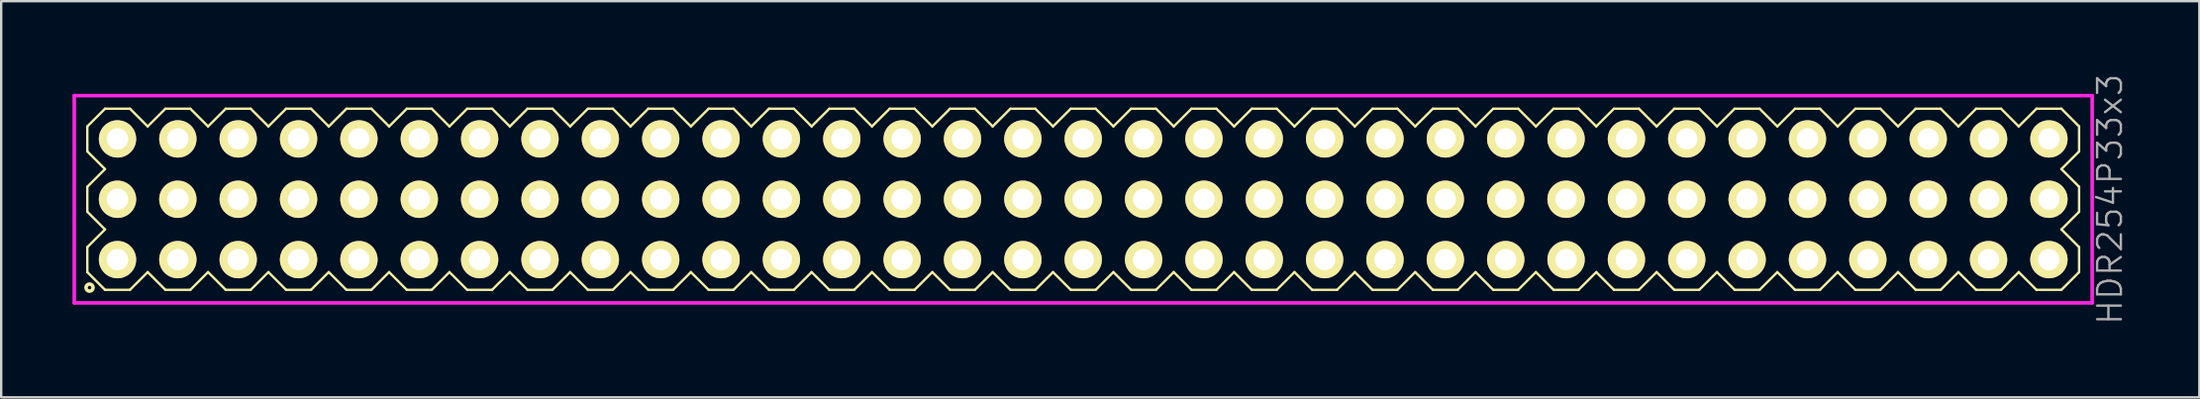
<source format=kicad_pcb>
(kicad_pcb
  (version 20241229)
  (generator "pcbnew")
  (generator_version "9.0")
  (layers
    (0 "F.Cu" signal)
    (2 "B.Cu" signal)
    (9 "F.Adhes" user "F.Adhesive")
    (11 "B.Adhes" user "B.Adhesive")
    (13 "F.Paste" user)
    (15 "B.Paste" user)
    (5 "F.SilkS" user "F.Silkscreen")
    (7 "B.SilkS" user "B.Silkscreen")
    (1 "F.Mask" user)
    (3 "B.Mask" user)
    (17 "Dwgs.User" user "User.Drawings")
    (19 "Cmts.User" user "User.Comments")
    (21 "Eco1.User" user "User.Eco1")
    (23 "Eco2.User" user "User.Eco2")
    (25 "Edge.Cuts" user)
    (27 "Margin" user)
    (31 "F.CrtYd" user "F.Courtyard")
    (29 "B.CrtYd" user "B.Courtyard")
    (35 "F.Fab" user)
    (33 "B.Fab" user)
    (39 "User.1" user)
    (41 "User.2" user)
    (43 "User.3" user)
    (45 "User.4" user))
  (footprint "HDR254P33x3"
    (layer "F.Cu")
    (at 42.535 5.336)
    (property "Reference" "HDR254P33x3" (at 43.21 0 90) (layer "F.Fab") (effects (font (size 1 1) (thickness 0.1))))
    (attr through_hole)
    (fp_line (start -41.91 -3.066) (end -41.166 -3.81) (stroke (width 0.1) (type solid)) (layer "F.SilkS"))
    (fp_line (start -41.91 -2.014) (end -41.91 -3.066) (stroke (width 0.1) (type solid)) (layer "F.SilkS"))
    (fp_line (start -41.91 -0.526) (end -41.166 -1.27) (stroke (width 0.1) (type solid)) (layer "F.SilkS"))
    (fp_line (start -41.91 0.526) (end -41.91 -0.526) (stroke (width 0.1) (type solid)) (layer "F.SilkS"))
    (fp_line (start -41.91 2.014) (end -41.166 1.27) (stroke (width 0.1) (type solid)) (layer "F.SilkS"))
    (fp_line (start -41.91 3.066) (end -41.91 2.014) (stroke (width 0.1) (type solid)) (layer "F.SilkS"))
    (fp_line (start -41.166 -3.81) (end -40.114 -3.81) (stroke (width 0.1) (type solid)) (layer "F.SilkS"))
    (fp_line (start -41.166 -1.27) (end -41.91 -2.014) (stroke (width 0.1) (type solid)) (layer "F.SilkS"))
    (fp_line (start -41.166 1.27) (end -41.91 0.526) (stroke (width 0.1) (type solid)) (layer "F.SilkS"))
    (fp_line (start -41.166 3.81) (end -41.91 3.066) (stroke (width 0.1) (type solid)) (layer "F.SilkS"))
    (fp_line (start -40.114 -3.81) (end -39.37 -3.066) (stroke (width 0.1) (type solid)) (layer "F.SilkS"))
    (fp_line (start -40.114 3.81) (end -41.166 3.81) (stroke (width 0.1) (type solid)) (layer "F.SilkS"))
    (fp_line (start -39.37 -3.066) (end -38.626 -3.81) (stroke (width 0.1) (type solid)) (layer "F.SilkS"))
    (fp_line (start -39.37 3.066) (end -40.114 3.81) (stroke (width 0.1) (type solid)) (layer "F.SilkS"))
    (fp_line (start -38.626 -3.81) (end -37.574 -3.81) (stroke (width 0.1) (type solid)) (layer "F.SilkS"))
    (fp_line (start -38.626 3.81) (end -39.37 3.066) (stroke (width 0.1) (type solid)) (layer "F.SilkS"))
    (fp_line (start -37.574 -3.81) (end -36.83 -3.066) (stroke (width 0.1) (type solid)) (layer "F.SilkS"))
    (fp_line (start -37.574 3.81) (end -38.626 3.81) (stroke (width 0.1) (type solid)) (layer "F.SilkS"))
    (fp_line (start -36.83 -3.066) (end -36.086 -3.81) (stroke (width 0.1) (type solid)) (layer "F.SilkS"))
    (fp_line (start -36.83 3.066) (end -37.574 3.81) (stroke (width 0.1) (type solid)) (layer "F.SilkS"))
    (fp_line (start -36.086 -3.81) (end -35.034 -3.81) (stroke (width 0.1) (type solid)) (layer "F.SilkS"))
    (fp_line (start -36.086 3.81) (end -36.83 3.066) (stroke (width 0.1) (type solid)) (layer "F.SilkS"))
    (fp_line (start -35.034 -3.81) (end -34.29 -3.066) (stroke (width 0.1) (type solid)) (layer "F.SilkS"))
    (fp_line (start -35.034 3.81) (end -36.086 3.81) (stroke (width 0.1) (type solid)) (layer "F.SilkS"))
    (fp_line (start -34.29 -3.066) (end -33.546 -3.81) (stroke (width 0.1) (type solid)) (layer "F.SilkS"))
    (fp_line (start -34.29 3.066) (end -35.034 3.81) (stroke (width 0.1) (type solid)) (layer "F.SilkS"))
    (fp_line (start -33.546 -3.81) (end -32.494 -3.81) (stroke (width 0.1) (type solid)) (layer "F.SilkS"))
    (fp_line (start -33.546 3.81) (end -34.29 3.066) (stroke (width 0.1) (type solid)) (layer "F.SilkS"))
    (fp_line (start -32.494 -3.81) (end -31.75 -3.066) (stroke (width 0.1) (type solid)) (layer "F.SilkS"))
    (fp_line (start -32.494 3.81) (end -33.546 3.81) (stroke (width 0.1) (type solid)) (layer "F.SilkS"))
    (fp_line (start -31.75 -3.066) (end -31.006 -3.81) (stroke (width 0.1) (type solid)) (layer "F.SilkS"))
    (fp_line (start -31.75 3.066) (end -32.494 3.81) (stroke (width 0.1) (type solid)) (layer "F.SilkS"))
    (fp_line (start -31.006 -3.81) (end -29.954 -3.81) (stroke (width 0.1) (type solid)) (layer "F.SilkS"))
    (fp_line (start -31.006 3.81) (end -31.75 3.066) (stroke (width 0.1) (type solid)) (layer "F.SilkS"))
    (fp_line (start -29.954 -3.81) (end -29.21 -3.066) (stroke (width 0.1) (type solid)) (layer "F.SilkS"))
    (fp_line (start -29.954 3.81) (end -31.006 3.81) (stroke (width 0.1) (type solid)) (layer "F.SilkS"))
    (fp_line (start -29.21 -3.066) (end -28.466 -3.81) (stroke (width 0.1) (type solid)) (layer "F.SilkS"))
    (fp_line (start -29.21 3.066) (end -29.954 3.81) (stroke (width 0.1) (type solid)) (layer "F.SilkS"))
    (fp_line (start -28.466 -3.81) (end -27.414 -3.81) (stroke (width 0.1) (type solid)) (layer "F.SilkS"))
    (fp_line (start -28.466 3.81) (end -29.21 3.066) (stroke (width 0.1) (type solid)) (layer "F.SilkS"))
    (fp_line (start -27.414 -3.81) (end -26.67 -3.066) (stroke (width 0.1) (type solid)) (layer "F.SilkS"))
    (fp_line (start -27.414 3.81) (end -28.466 3.81) (stroke (width 0.1) (type solid)) (layer "F.SilkS"))
    (fp_line (start -26.67 -3.066) (end -25.926 -3.81) (stroke (width 0.1) (type solid)) (layer "F.SilkS"))
    (fp_line (start -26.67 3.066) (end -27.414 3.81) (stroke (width 0.1) (type solid)) (layer "F.SilkS"))
    (fp_line (start -25.926 -3.81) (end -24.874 -3.81) (stroke (width 0.1) (type solid)) (layer "F.SilkS"))
    (fp_line (start -25.926 3.81) (end -26.67 3.066) (stroke (width 0.1) (type solid)) (layer "F.SilkS"))
    (fp_line (start -24.874 -3.81) (end -24.13 -3.066) (stroke (width 0.1) (type solid)) (layer "F.SilkS"))
    (fp_line (start -24.874 3.81) (end -25.926 3.81) (stroke (width 0.1) (type solid)) (layer "F.SilkS"))
    (fp_line (start -24.13 -3.066) (end -23.386 -3.81) (stroke (width 0.1) (type solid)) (layer "F.SilkS"))
    (fp_line (start -24.13 3.066) (end -24.874 3.81) (stroke (width 0.1) (type solid)) (layer "F.SilkS"))
    (fp_line (start -23.386 -3.81) (end -22.334 -3.81) (stroke (width 0.1) (type solid)) (layer "F.SilkS"))
    (fp_line (start -23.386 3.81) (end -24.13 3.066) (stroke (width 0.1) (type solid)) (layer "F.SilkS"))
    (fp_line (start -22.334 -3.81) (end -21.59 -3.066) (stroke (width 0.1) (type solid)) (layer "F.SilkS"))
    (fp_line (start -22.334 3.81) (end -23.386 3.81) (stroke (width 0.1) (type solid)) (layer "F.SilkS"))
    (fp_line (start -21.59 -3.066) (end -20.846 -3.81) (stroke (width 0.1) (type solid)) (layer "F.SilkS"))
    (fp_line (start -21.59 3.066) (end -22.334 3.81) (stroke (width 0.1) (type solid)) (layer "F.SilkS"))
    (fp_line (start -20.846 -3.81) (end -19.794 -3.81) (stroke (width 0.1) (type solid)) (layer "F.SilkS"))
    (fp_line (start -20.846 3.81) (end -21.59 3.066) (stroke (width 0.1) (type solid)) (layer "F.SilkS"))
    (fp_line (start -19.794 -3.81) (end -19.05 -3.066) (stroke (width 0.1) (type solid)) (layer "F.SilkS"))
    (fp_line (start -19.794 3.81) (end -20.846 3.81) (stroke (width 0.1) (type solid)) (layer "F.SilkS"))
    (fp_line (start -19.05 -3.066) (end -18.306 -3.81) (stroke (width 0.1) (type solid)) (layer "F.SilkS"))
    (fp_line (start -19.05 3.066) (end -19.794 3.81) (stroke (width 0.1) (type solid)) (layer "F.SilkS"))
    (fp_line (start -18.306 -3.81) (end -17.254 -3.81) (stroke (width 0.1) (type solid)) (layer "F.SilkS"))
    (fp_line (start -18.306 3.81) (end -19.05 3.066) (stroke (width 0.1) (type solid)) (layer "F.SilkS"))
    (fp_line (start -17.254 -3.81) (end -16.51 -3.066) (stroke (width 0.1) (type solid)) (layer "F.SilkS"))
    (fp_line (start -17.254 3.81) (end -18.306 3.81) (stroke (width 0.1) (type solid)) (layer "F.SilkS"))
    (fp_line (start -16.51 -3.066) (end -15.766 -3.81) (stroke (width 0.1) (type solid)) (layer "F.SilkS"))
    (fp_line (start -16.51 3.066) (end -17.254 3.81) (stroke (width 0.1) (type solid)) (layer "F.SilkS"))
    (fp_line (start -15.766 -3.81) (end -14.714 -3.81) (stroke (width 0.1) (type solid)) (layer "F.SilkS"))
    (fp_line (start -15.766 3.81) (end -16.51 3.066) (stroke (width 0.1) (type solid)) (layer "F.SilkS"))
    (fp_line (start -14.714 -3.81) (end -13.97 -3.066) (stroke (width 0.1) (type solid)) (layer "F.SilkS"))
    (fp_line (start -14.714 3.81) (end -15.766 3.81) (stroke (width 0.1) (type solid)) (layer "F.SilkS"))
    (fp_line (start -13.97 -3.066) (end -13.226 -3.81) (stroke (width 0.1) (type solid)) (layer "F.SilkS"))
    (fp_line (start -13.97 3.066) (end -14.714 3.81) (stroke (width 0.1) (type solid)) (layer "F.SilkS"))
    (fp_line (start -13.226 -3.81) (end -12.174 -3.81) (stroke (width 0.1) (type solid)) (layer "F.SilkS"))
    (fp_line (start -13.226 3.81) (end -13.97 3.066) (stroke (width 0.1) (type solid)) (layer "F.SilkS"))
    (fp_line (start -12.174 -3.81) (end -11.43 -3.066) (stroke (width 0.1) (type solid)) (layer "F.SilkS"))
    (fp_line (start -12.174 3.81) (end -13.226 3.81) (stroke (width 0.1) (type solid)) (layer "F.SilkS"))
    (fp_line (start -11.43 -3.066) (end -10.686 -3.81) (stroke (width 0.1) (type solid)) (layer "F.SilkS"))
    (fp_line (start -11.43 3.066) (end -12.174 3.81) (stroke (width 0.1) (type solid)) (layer "F.SilkS"))
    (fp_line (start -10.686 -3.81) (end -9.634 -3.81) (stroke (width 0.1) (type solid)) (layer "F.SilkS"))
    (fp_line (start -10.686 3.81) (end -11.43 3.066) (stroke (width 0.1) (type solid)) (layer "F.SilkS"))
    (fp_line (start -9.634 -3.81) (end -8.89 -3.066) (stroke (width 0.1) (type solid)) (layer "F.SilkS"))
    (fp_line (start -9.634 3.81) (end -10.686 3.81) (stroke (width 0.1) (type solid)) (layer "F.SilkS"))
    (fp_line (start -8.89 -3.066) (end -8.146 -3.81) (stroke (width 0.1) (type solid)) (layer "F.SilkS"))
    (fp_line (start -8.89 3.066) (end -9.634 3.81) (stroke (width 0.1) (type solid)) (layer "F.SilkS"))
    (fp_line (start -8.146 -3.81) (end -7.094 -3.81) (stroke (width 0.1) (type solid)) (layer "F.SilkS"))
    (fp_line (start -8.146 3.81) (end -8.89 3.066) (stroke (width 0.1) (type solid)) (layer "F.SilkS"))
    (fp_line (start -7.094 -3.81) (end -6.35 -3.066) (stroke (width 0.1) (type solid)) (layer "F.SilkS"))
    (fp_line (start -7.094 3.81) (end -8.146 3.81) (stroke (width 0.1) (type solid)) (layer "F.SilkS"))
    (fp_line (start -6.35 -3.066) (end -5.606 -3.81) (stroke (width 0.1) (type solid)) (layer "F.SilkS"))
    (fp_line (start -6.35 3.066) (end -7.094 3.81) (stroke (width 0.1) (type solid)) (layer "F.SilkS"))
    (fp_line (start -5.606 -3.81) (end -4.554 -3.81) (stroke (width 0.1) (type solid)) (layer "F.SilkS"))
    (fp_line (start -5.606 3.81) (end -6.35 3.066) (stroke (width 0.1) (type solid)) (layer "F.SilkS"))
    (fp_line (start -4.554 -3.81) (end -3.81 -3.066) (stroke (width 0.1) (type solid)) (layer "F.SilkS"))
    (fp_line (start -4.554 3.81) (end -5.606 3.81) (stroke (width 0.1) (type solid)) (layer "F.SilkS"))
    (fp_line (start -3.81 -3.066) (end -3.066 -3.81) (stroke (width 0.1) (type solid)) (layer "F.SilkS"))
    (fp_line (start -3.81 3.066) (end -4.554 3.81) (stroke (width 0.1) (type solid)) (layer "F.SilkS"))
    (fp_line (start -3.066 -3.81) (end -2.014 -3.81) (stroke (width 0.1) (type solid)) (layer "F.SilkS"))
    (fp_line (start -3.066 3.81) (end -3.81 3.066) (stroke (width 0.1) (type solid)) (layer "F.SilkS"))
    (fp_line (start -2.014 -3.81) (end -1.27 -3.066) (stroke (width 0.1) (type solid)) (layer "F.SilkS"))
    (fp_line (start -2.014 3.81) (end -3.066 3.81) (stroke (width 0.1) (type solid)) (layer "F.SilkS"))
    (fp_line (start -1.27 -3.066) (end -0.526 -3.81) (stroke (width 0.1) (type solid)) (layer "F.SilkS"))
    (fp_line (start -1.27 3.066) (end -2.014 3.81) (stroke (width 0.1) (type solid)) (layer "F.SilkS"))
    (fp_line (start -0.526 -3.81) (end 0.526 -3.81) (stroke (width 0.1) (type solid)) (layer "F.SilkS"))
    (fp_line (start -0.526 3.81) (end -1.27 3.066) (stroke (width 0.1) (type solid)) (layer "F.SilkS"))
    (fp_line (start 0.526 -3.81) (end 1.27 -3.066) (stroke (width 0.1) (type solid)) (layer "F.SilkS"))
    (fp_line (start 0.526 3.81) (end -0.526 3.81) (stroke (width 0.1) (type solid)) (layer "F.SilkS"))
    (fp_line (start 1.27 -3.066) (end 2.014 -3.81) (stroke (width 0.1) (type solid)) (layer "F.SilkS"))
    (fp_line (start 1.27 3.066) (end 0.526 3.81) (stroke (width 0.1) (type solid)) (layer "F.SilkS"))
    (fp_line (start 2.014 -3.81) (end 3.066 -3.81) (stroke (width 0.1) (type solid)) (layer "F.SilkS"))
    (fp_line (start 2.014 3.81) (end 1.27 3.066) (stroke (width 0.1) (type solid)) (layer "F.SilkS"))
    (fp_line (start 3.066 -3.81) (end 3.81 -3.066) (stroke (width 0.1) (type solid)) (layer "F.SilkS"))
    (fp_line (start 3.066 3.81) (end 2.014 3.81) (stroke (width 0.1) (type solid)) (layer "F.SilkS"))
    (fp_line (start 3.81 -3.066) (end 4.554 -3.81) (stroke (width 0.1) (type solid)) (layer "F.SilkS"))
    (fp_line (start 3.81 3.066) (end 3.066 3.81) (stroke (width 0.1) (type solid)) (layer "F.SilkS"))
    (fp_line (start 4.554 -3.81) (end 5.606 -3.81) (stroke (width 0.1) (type solid)) (layer "F.SilkS"))
    (fp_line (start 4.554 3.81) (end 3.81 3.066) (stroke (width 0.1) (type solid)) (layer "F.SilkS"))
    (fp_line (start 5.606 -3.81) (end 6.35 -3.066) (stroke (width 0.1) (type solid)) (layer "F.SilkS"))
    (fp_line (start 5.606 3.81) (end 4.554 3.81) (stroke (width 0.1) (type solid)) (layer "F.SilkS"))
    (fp_line (start 6.35 -3.066) (end 7.094 -3.81) (stroke (width 0.1) (type solid)) (layer "F.SilkS"))
    (fp_line (start 6.35 3.066) (end 5.606 3.81) (stroke (width 0.1) (type solid)) (layer "F.SilkS"))
    (fp_line (start 7.094 -3.81) (end 8.146 -3.81) (stroke (width 0.1) (type solid)) (layer "F.SilkS"))
    (fp_line (start 7.094 3.81) (end 6.35 3.066) (stroke (width 0.1) (type solid)) (layer "F.SilkS"))
    (fp_line (start 8.146 -3.81) (end 8.89 -3.066) (stroke (width 0.1) (type solid)) (layer "F.SilkS"))
    (fp_line (start 8.146 3.81) (end 7.094 3.81) (stroke (width 0.1) (type solid)) (layer "F.SilkS"))
    (fp_line (start 8.89 -3.066) (end 9.634 -3.81) (stroke (width 0.1) (type solid)) (layer "F.SilkS"))
    (fp_line (start 8.89 3.066) (end 8.146 3.81) (stroke (width 0.1) (type solid)) (layer "F.SilkS"))
    (fp_line (start 9.634 -3.81) (end 10.686 -3.81) (stroke (width 0.1) (type solid)) (layer "F.SilkS"))
    (fp_line (start 9.634 3.81) (end 8.89 3.066) (stroke (width 0.1) (type solid)) (layer "F.SilkS"))
    (fp_line (start 10.686 -3.81) (end 11.43 -3.066) (stroke (width 0.1) (type solid)) (layer "F.SilkS"))
    (fp_line (start 10.686 3.81) (end 9.634 3.81) (stroke (width 0.1) (type solid)) (layer "F.SilkS"))
    (fp_line (start 11.43 -3.066) (end 12.174 -3.81) (stroke (width 0.1) (type solid)) (layer "F.SilkS"))
    (fp_line (start 11.43 3.066) (end 10.686 3.81) (stroke (width 0.1) (type solid)) (layer "F.SilkS"))
    (fp_line (start 12.174 -3.81) (end 13.226 -3.81) (stroke (width 0.1) (type solid)) (layer "F.SilkS"))
    (fp_line (start 12.174 3.81) (end 11.43 3.066) (stroke (width 0.1) (type solid)) (layer "F.SilkS"))
    (fp_line (start 13.226 -3.81) (end 13.97 -3.066) (stroke (width 0.1) (type solid)) (layer "F.SilkS"))
    (fp_line (start 13.226 3.81) (end 12.174 3.81) (stroke (width 0.1) (type solid)) (layer "F.SilkS"))
    (fp_line (start 13.97 -3.066) (end 14.714 -3.81) (stroke (width 0.1) (type solid)) (layer "F.SilkS"))
    (fp_line (start 13.97 3.066) (end 13.226 3.81) (stroke (width 0.1) (type solid)) (layer "F.SilkS"))
    (fp_line (start 14.714 -3.81) (end 15.766 -3.81) (stroke (width 0.1) (type solid)) (layer "F.SilkS"))
    (fp_line (start 14.714 3.81) (end 13.97 3.066) (stroke (width 0.1) (type solid)) (layer "F.SilkS"))
    (fp_line (start 15.766 -3.81) (end 16.51 -3.066) (stroke (width 0.1) (type solid)) (layer "F.SilkS"))
    (fp_line (start 15.766 3.81) (end 14.714 3.81) (stroke (width 0.1) (type solid)) (layer "F.SilkS"))
    (fp_line (start 16.51 -3.066) (end 17.254 -3.81) (stroke (width 0.1) (type solid)) (layer "F.SilkS"))
    (fp_line (start 16.51 3.066) (end 15.766 3.81) (stroke (width 0.1) (type solid)) (layer "F.SilkS"))
    (fp_line (start 17.254 -3.81) (end 18.306 -3.81) (stroke (width 0.1) (type solid)) (layer "F.SilkS"))
    (fp_line (start 17.254 3.81) (end 16.51 3.066) (stroke (width 0.1) (type solid)) (layer "F.SilkS"))
    (fp_line (start 18.306 -3.81) (end 19.05 -3.066) (stroke (width 0.1) (type solid)) (layer "F.SilkS"))
    (fp_line (start 18.306 3.81) (end 17.254 3.81) (stroke (width 0.1) (type solid)) (layer "F.SilkS"))
    (fp_line (start 19.05 -3.066) (end 19.794 -3.81) (stroke (width 0.1) (type solid)) (layer "F.SilkS"))
    (fp_line (start 19.05 3.066) (end 18.306 3.81) (stroke (width 0.1) (type solid)) (layer "F.SilkS"))
    (fp_line (start 19.794 -3.81) (end 20.846 -3.81) (stroke (width 0.1) (type solid)) (layer "F.SilkS"))
    (fp_line (start 19.794 3.81) (end 19.05 3.066) (stroke (width 0.1) (type solid)) (layer "F.SilkS"))
    (fp_line (start 20.846 -3.81) (end 21.59 -3.066) (stroke (width 0.1) (type solid)) (layer "F.SilkS"))
    (fp_line (start 20.846 3.81) (end 19.794 3.81) (stroke (width 0.1) (type solid)) (layer "F.SilkS"))
    (fp_line (start 21.59 -3.066) (end 22.334 -3.81) (stroke (width 0.1) (type solid)) (layer "F.SilkS"))
    (fp_line (start 21.59 3.066) (end 20.846 3.81) (stroke (width 0.1) (type solid)) (layer "F.SilkS"))
    (fp_line (start 22.334 -3.81) (end 23.386 -3.81) (stroke (width 0.1) (type solid)) (layer "F.SilkS"))
    (fp_line (start 22.334 3.81) (end 21.59 3.066) (stroke (width 0.1) (type solid)) (layer "F.SilkS"))
    (fp_line (start 23.386 -3.81) (end 24.13 -3.066) (stroke (width 0.1) (type solid)) (layer "F.SilkS"))
    (fp_line (start 23.386 3.81) (end 22.334 3.81) (stroke (width 0.1) (type solid)) (layer "F.SilkS"))
    (fp_line (start 24.13 -3.066) (end 24.874 -3.81) (stroke (width 0.1) (type solid)) (layer "F.SilkS"))
    (fp_line (start 24.13 3.066) (end 23.386 3.81) (stroke (width 0.1) (type solid)) (layer "F.SilkS"))
    (fp_line (start 24.874 -3.81) (end 25.926 -3.81) (stroke (width 0.1) (type solid)) (layer "F.SilkS"))
    (fp_line (start 24.874 3.81) (end 24.13 3.066) (stroke (width 0.1) (type solid)) (layer "F.SilkS"))
    (fp_line (start 25.926 -3.81) (end 26.67 -3.066) (stroke (width 0.1) (type solid)) (layer "F.SilkS"))
    (fp_line (start 25.926 3.81) (end 24.874 3.81) (stroke (width 0.1) (type solid)) (layer "F.SilkS"))
    (fp_line (start 26.67 -3.066) (end 27.414 -3.81) (stroke (width 0.1) (type solid)) (layer "F.SilkS"))
    (fp_line (start 26.67 3.066) (end 25.926 3.81) (stroke (width 0.1) (type solid)) (layer "F.SilkS"))
    (fp_line (start 27.414 -3.81) (end 28.466 -3.81) (stroke (width 0.1) (type solid)) (layer "F.SilkS"))
    (fp_line (start 27.414 3.81) (end 26.67 3.066) (stroke (width 0.1) (type solid)) (layer "F.SilkS"))
    (fp_line (start 28.466 -3.81) (end 29.21 -3.066) (stroke (width 0.1) (type solid)) (layer "F.SilkS"))
    (fp_line (start 28.466 3.81) (end 27.414 3.81) (stroke (width 0.1) (type solid)) (layer "F.SilkS"))
    (fp_line (start 29.21 -3.066) (end 29.954 -3.81) (stroke (width 0.1) (type solid)) (layer "F.SilkS"))
    (fp_line (start 29.21 3.066) (end 28.466 3.81) (stroke (width 0.1) (type solid)) (layer "F.SilkS"))
    (fp_line (start 29.954 -3.81) (end 31.006 -3.81) (stroke (width 0.1) (type solid)) (layer "F.SilkS"))
    (fp_line (start 29.954 3.81) (end 29.21 3.066) (stroke (width 0.1) (type solid)) (layer "F.SilkS"))
    (fp_line (start 31.006 -3.81) (end 31.75 -3.066) (stroke (width 0.1) (type solid)) (layer "F.SilkS"))
    (fp_line (start 31.006 3.81) (end 29.954 3.81) (stroke (width 0.1) (type solid)) (layer "F.SilkS"))
    (fp_line (start 31.75 -3.066) (end 32.494 -3.81) (stroke (width 0.1) (type solid)) (layer "F.SilkS"))
    (fp_line (start 31.75 3.066) (end 31.006 3.81) (stroke (width 0.1) (type solid)) (layer "F.SilkS"))
    (fp_line (start 32.494 -3.81) (end 33.546 -3.81) (stroke (width 0.1) (type solid)) (layer "F.SilkS"))
    (fp_line (start 32.494 3.81) (end 31.75 3.066) (stroke (width 0.1) (type solid)) (layer "F.SilkS"))
    (fp_line (start 33.546 -3.81) (end 34.29 -3.066) (stroke (width 0.1) (type solid)) (layer "F.SilkS"))
    (fp_line (start 33.546 3.81) (end 32.494 3.81) (stroke (width 0.1) (type solid)) (layer "F.SilkS"))
    (fp_line (start 34.29 -3.066) (end 35.034 -3.81) (stroke (width 0.1) (type solid)) (layer "F.SilkS"))
    (fp_line (start 34.29 3.066) (end 33.546 3.81) (stroke (width 0.1) (type solid)) (layer "F.SilkS"))
    (fp_line (start 35.034 -3.81) (end 36.086 -3.81) (stroke (width 0.1) (type solid)) (layer "F.SilkS"))
    (fp_line (start 35.034 3.81) (end 34.29 3.066) (stroke (width 0.1) (type solid)) (layer "F.SilkS"))
    (fp_line (start 36.086 -3.81) (end 36.83 -3.066) (stroke (width 0.1) (type solid)) (layer "F.SilkS"))
    (fp_line (start 36.086 3.81) (end 35.034 3.81) (stroke (width 0.1) (type solid)) (layer "F.SilkS"))
    (fp_line (start 36.83 -3.066) (end 37.574 -3.81) (stroke (width 0.1) (type solid)) (layer "F.SilkS"))
    (fp_line (start 36.83 3.066) (end 36.086 3.81) (stroke (width 0.1) (type solid)) (layer "F.SilkS"))
    (fp_line (start 37.574 -3.81) (end 38.626 -3.81) (stroke (width 0.1) (type solid)) (layer "F.SilkS"))
    (fp_line (start 37.574 3.81) (end 36.83 3.066) (stroke (width 0.1) (type solid)) (layer "F.SilkS"))
    (fp_line (start 38.626 -3.81) (end 39.37 -3.066) (stroke (width 0.1) (type solid)) (layer "F.SilkS"))
    (fp_line (start 38.626 3.81) (end 37.574 3.81) (stroke (width 0.1) (type solid)) (layer "F.SilkS"))
    (fp_line (start 39.37 -3.066) (end 40.114 -3.81) (stroke (width 0.1) (type solid)) (layer "F.SilkS"))
    (fp_line (start 39.37 3.066) (end 38.626 3.81) (stroke (width 0.1) (type solid)) (layer "F.SilkS"))
    (fp_line (start 40.114 -3.81) (end 41.166 -3.81) (stroke (width 0.1) (type solid)) (layer "F.SilkS"))
    (fp_line (start 40.114 3.81) (end 39.37 3.066) (stroke (width 0.1) (type solid)) (layer "F.SilkS"))
    (fp_line (start 41.166 -3.81) (end 41.91 -3.066) (stroke (width 0.1) (type solid)) (layer "F.SilkS"))
    (fp_line (start 41.166 -1.27) (end 41.91 -0.526) (stroke (width 0.1) (type solid)) (layer "F.SilkS"))
    (fp_line (start 41.166 1.27) (end 41.91 2.014) (stroke (width 0.1) (type solid)) (layer "F.SilkS"))
    (fp_line (start 41.166 3.81) (end 40.114 3.81) (stroke (width 0.1) (type solid)) (layer "F.SilkS"))
    (fp_line (start 41.91 -3.066) (end 41.91 -2.014) (stroke (width 0.1) (type solid)) (layer "F.SilkS"))
    (fp_line (start 41.91 -2.014) (end 41.166 -1.27) (stroke (width 0.1) (type solid)) (layer "F.SilkS"))
    (fp_line (start 41.91 -0.526) (end 41.91 0.526) (stroke (width 0.1) (type solid)) (layer "F.SilkS"))
    (fp_line (start 41.91 0.526) (end 41.166 1.27) (stroke (width 0.1) (type solid)) (layer "F.SilkS"))
    (fp_line (start 41.91 2.014) (end 41.91 3.066) (stroke (width 0.1) (type solid)) (layer "F.SilkS"))
    (fp_line (start 41.91 3.066) (end 41.166 3.81) (stroke (width 0.1) (type solid)) (layer "F.SilkS"))
    (fp_circle (center -41.817 3.718) (end -41.668 3.718) (stroke (width 0.15) (type solid)) (fill no) (layer "F.SilkS"))
    (fp_line (start -42.46 -4.36) (end -42.46 4.36) (stroke (width 0.15) (type solid)) (layer "F.CrtYd"))
    (fp_line (start -42.46 4.36) (end 42.46 4.36) (stroke (width 0.15) (type solid)) (layer "F.CrtYd"))
    (fp_line (start 42.46 -4.36) (end -42.46 -4.36) (stroke (width 0.15) (type solid)) (layer "F.CrtYd"))
    (fp_line (start 42.46 4.36) (end 42.46 -4.36) (stroke (width 0.15) (type solid)) (layer "F.CrtYd"))
    (pad "1" thru_hole oval (at -40.64 2.54) (size 1.57 1.57) (drill 0.9) (layers "*.Cu" "*.Mask" "F.SilkS"))
    (pad "2" thru_hole oval (at -40.64 0) (size 1.57 1.57) (drill 0.9) (layers "*.Cu" "*.Mask" "F.SilkS"))
    (pad "3" thru_hole oval (at -40.64 -2.54) (size 1.57 1.57) (drill 0.9) (layers "*.Cu" "*.Mask" "F.SilkS"))
    (pad "4" thru_hole oval (at -38.1 2.54) (size 1.57 1.57) (drill 0.9) (layers "*.Cu" "*.Mask" "F.SilkS"))
    (pad "5" thru_hole oval (at -38.1 0) (size 1.57 1.57) (drill 0.9) (layers "*.Cu" "*.Mask" "F.SilkS"))
    (pad "6" thru_hole oval (at -38.1 -2.54) (size 1.57 1.57) (drill 0.9) (layers "*.Cu" "*.Mask" "F.SilkS"))
    (pad "7" thru_hole oval (at -35.56 2.54) (size 1.57 1.57) (drill 0.9) (layers "*.Cu" "*.Mask" "F.SilkS"))
    (pad "8" thru_hole oval (at -35.56 0) (size 1.57 1.57) (drill 0.9) (layers "*.Cu" "*.Mask" "F.SilkS"))
    (pad "9" thru_hole oval (at -35.56 -2.54) (size 1.57 1.57) (drill 0.9) (layers "*.Cu" "*.Mask" "F.SilkS"))
    (pad "10" thru_hole oval (at -33.02 2.54) (size 1.57 1.57) (drill 0.9) (layers "*.Cu" "*.Mask" "F.SilkS"))
    (pad "11" thru_hole oval (at -33.02 0) (size 1.57 1.57) (drill 0.9) (layers "*.Cu" "*.Mask" "F.SilkS"))
    (pad "12" thru_hole oval (at -33.02 -2.54) (size 1.57 1.57) (drill 0.9) (layers "*.Cu" "*.Mask" "F.SilkS"))
    (pad "13" thru_hole oval (at -30.48 2.54) (size 1.57 1.57) (drill 0.9) (layers "*.Cu" "*.Mask" "F.SilkS"))
    (pad "14" thru_hole oval (at -30.48 0) (size 1.57 1.57) (drill 0.9) (layers "*.Cu" "*.Mask" "F.SilkS"))
    (pad "15" thru_hole oval (at -30.48 -2.54) (size 1.57 1.57) (drill 0.9) (layers "*.Cu" "*.Mask" "F.SilkS"))
    (pad "16" thru_hole oval (at -27.94 2.54) (size 1.57 1.57) (drill 0.9) (layers "*.Cu" "*.Mask" "F.SilkS"))
    (pad "17" thru_hole oval (at -27.94 0) (size 1.57 1.57) (drill 0.9) (layers "*.Cu" "*.Mask" "F.SilkS"))
    (pad "18" thru_hole oval (at -27.94 -2.54) (size 1.57 1.57) (drill 0.9) (layers "*.Cu" "*.Mask" "F.SilkS"))
    (pad "19" thru_hole oval (at -25.4 2.54) (size 1.57 1.57) (drill 0.9) (layers "*.Cu" "*.Mask" "F.SilkS"))
    (pad "20" thru_hole oval (at -25.4 0) (size 1.57 1.57) (drill 0.9) (layers "*.Cu" "*.Mask" "F.SilkS"))
    (pad "21" thru_hole oval (at -25.4 -2.54) (size 1.57 1.57) (drill 0.9) (layers "*.Cu" "*.Mask" "F.SilkS"))
    (pad "22" thru_hole oval (at -22.86 2.54) (size 1.57 1.57) (drill 0.9) (layers "*.Cu" "*.Mask" "F.SilkS"))
    (pad "23" thru_hole oval (at -22.86 0) (size 1.57 1.57) (drill 0.9) (layers "*.Cu" "*.Mask" "F.SilkS"))
    (pad "24" thru_hole oval (at -22.86 -2.54) (size 1.57 1.57) (drill 0.9) (layers "*.Cu" "*.Mask" "F.SilkS"))
    (pad "25" thru_hole oval (at -20.32 2.54) (size 1.57 1.57) (drill 0.9) (layers "*.Cu" "*.Mask" "F.SilkS"))
    (pad "26" thru_hole oval (at -20.32 0) (size 1.57 1.57) (drill 0.9) (layers "*.Cu" "*.Mask" "F.SilkS"))
    (pad "27" thru_hole oval (at -20.32 -2.54) (size 1.57 1.57) (drill 0.9) (layers "*.Cu" "*.Mask" "F.SilkS"))
    (pad "28" thru_hole oval (at -17.78 2.54) (size 1.57 1.57) (drill 0.9) (layers "*.Cu" "*.Mask" "F.SilkS"))
    (pad "29" thru_hole oval (at -17.78 0) (size 1.57 1.57) (drill 0.9) (layers "*.Cu" "*.Mask" "F.SilkS"))
    (pad "30" thru_hole oval (at -17.78 -2.54) (size 1.57 1.57) (drill 0.9) (layers "*.Cu" "*.Mask" "F.SilkS"))
    (pad "31" thru_hole oval (at -15.24 2.54) (size 1.57 1.57) (drill 0.9) (layers "*.Cu" "*.Mask" "F.SilkS"))
    (pad "32" thru_hole oval (at -15.24 0) (size 1.57 1.57) (drill 0.9) (layers "*.Cu" "*.Mask" "F.SilkS"))
    (pad "33" thru_hole oval (at -15.24 -2.54) (size 1.57 1.57) (drill 0.9) (layers "*.Cu" "*.Mask" "F.SilkS"))
    (pad "34" thru_hole oval (at -12.7 2.54) (size 1.57 1.57) (drill 0.9) (layers "*.Cu" "*.Mask" "F.SilkS"))
    (pad "35" thru_hole oval (at -12.7 0) (size 1.57 1.57) (drill 0.9) (layers "*.Cu" "*.Mask" "F.SilkS"))
    (pad "36" thru_hole oval (at -12.7 -2.54) (size 1.57 1.57) (drill 0.9) (layers "*.Cu" "*.Mask" "F.SilkS"))
    (pad "37" thru_hole oval (at -10.16 2.54) (size 1.57 1.57) (drill 0.9) (layers "*.Cu" "*.Mask" "F.SilkS"))
    (pad "38" thru_hole oval (at -10.16 0) (size 1.57 1.57) (drill 0.9) (layers "*.Cu" "*.Mask" "F.SilkS"))
    (pad "39" thru_hole oval (at -10.16 -2.54) (size 1.57 1.57) (drill 0.9) (layers "*.Cu" "*.Mask" "F.SilkS"))
    (pad "40" thru_hole oval (at -7.62 2.54) (size 1.57 1.57) (drill 0.9) (layers "*.Cu" "*.Mask" "F.SilkS"))
    (pad "41" thru_hole oval (at -7.62 0) (size 1.57 1.57) (drill 0.9) (layers "*.Cu" "*.Mask" "F.SilkS"))
    (pad "42" thru_hole oval (at -7.62 -2.54) (size 1.57 1.57) (drill 0.9) (layers "*.Cu" "*.Mask" "F.SilkS"))
    (pad "43" thru_hole oval (at -5.08 2.54) (size 1.57 1.57) (drill 0.9) (layers "*.Cu" "*.Mask" "F.SilkS"))
    (pad "44" thru_hole oval (at -5.08 0) (size 1.57 1.57) (drill 0.9) (layers "*.Cu" "*.Mask" "F.SilkS"))
    (pad "45" thru_hole oval (at -5.08 -2.54) (size 1.57 1.57) (drill 0.9) (layers "*.Cu" "*.Mask" "F.SilkS"))
    (pad "46" thru_hole oval (at -2.54 2.54) (size 1.57 1.57) (drill 0.9) (layers "*.Cu" "*.Mask" "F.SilkS"))
    (pad "47" thru_hole oval (at -2.54 0) (size 1.57 1.57) (drill 0.9) (layers "*.Cu" "*.Mask" "F.SilkS"))
    (pad "48" thru_hole oval (at -2.54 -2.54) (size 1.57 1.57) (drill 0.9) (layers "*.Cu" "*.Mask" "F.SilkS"))
    (pad "49" thru_hole oval (at 0 2.54) (size 1.57 1.57) (drill 0.9) (layers "*.Cu" "*.Mask" "F.SilkS"))
    (pad "50" thru_hole oval (at 0 0) (size 1.57 1.57) (drill 0.9) (layers "*.Cu" "*.Mask" "F.SilkS"))
    (pad "51" thru_hole oval (at 0 -2.54) (size 1.57 1.57) (drill 0.9) (layers "*.Cu" "*.Mask" "F.SilkS"))
    (pad "52" thru_hole oval (at 2.54 2.54) (size 1.57 1.57) (drill 0.9) (layers "*.Cu" "*.Mask" "F.SilkS"))
    (pad "53" thru_hole oval (at 2.54 0) (size 1.57 1.57) (drill 0.9) (layers "*.Cu" "*.Mask" "F.SilkS"))
    (pad "54" thru_hole oval (at 2.54 -2.54) (size 1.57 1.57) (drill 0.9) (layers "*.Cu" "*.Mask" "F.SilkS"))
    (pad "55" thru_hole oval (at 5.08 2.54) (size 1.57 1.57) (drill 0.9) (layers "*.Cu" "*.Mask" "F.SilkS"))
    (pad "56" thru_hole oval (at 5.08 0) (size 1.57 1.57) (drill 0.9) (layers "*.Cu" "*.Mask" "F.SilkS"))
    (pad "57" thru_hole oval (at 5.08 -2.54) (size 1.57 1.57) (drill 0.9) (layers "*.Cu" "*.Mask" "F.SilkS"))
    (pad "58" thru_hole oval (at 7.62 2.54) (size 1.57 1.57) (drill 0.9) (layers "*.Cu" "*.Mask" "F.SilkS"))
    (pad "59" thru_hole oval (at 7.62 0) (size 1.57 1.57) (drill 0.9) (layers "*.Cu" "*.Mask" "F.SilkS"))
    (pad "60" thru_hole oval (at 7.62 -2.54) (size 1.57 1.57) (drill 0.9) (layers "*.Cu" "*.Mask" "F.SilkS"))
    (pad "61" thru_hole oval (at 10.16 2.54) (size 1.57 1.57) (drill 0.9) (layers "*.Cu" "*.Mask" "F.SilkS"))
    (pad "62" thru_hole oval (at 10.16 0) (size 1.57 1.57) (drill 0.9) (layers "*.Cu" "*.Mask" "F.SilkS"))
    (pad "63" thru_hole oval (at 10.16 -2.54) (size 1.57 1.57) (drill 0.9) (layers "*.Cu" "*.Mask" "F.SilkS"))
    (pad "64" thru_hole oval (at 12.7 2.54) (size 1.57 1.57) (drill 0.9) (layers "*.Cu" "*.Mask" "F.SilkS"))
    (pad "65" thru_hole oval (at 12.7 0) (size 1.57 1.57) (drill 0.9) (layers "*.Cu" "*.Mask" "F.SilkS"))
    (pad "66" thru_hole oval (at 12.7 -2.54) (size 1.57 1.57) (drill 0.9) (layers "*.Cu" "*.Mask" "F.SilkS"))
    (pad "67" thru_hole oval (at 15.24 2.54) (size 1.57 1.57) (drill 0.9) (layers "*.Cu" "*.Mask" "F.SilkS"))
    (pad "68" thru_hole oval (at 15.24 0) (size 1.57 1.57) (drill 0.9) (layers "*.Cu" "*.Mask" "F.SilkS"))
    (pad "69" thru_hole oval (at 15.24 -2.54) (size 1.57 1.57) (drill 0.9) (layers "*.Cu" "*.Mask" "F.SilkS"))
    (pad "70" thru_hole oval (at 17.78 2.54) (size 1.57 1.57) (drill 0.9) (layers "*.Cu" "*.Mask" "F.SilkS"))
    (pad "71" thru_hole oval (at 17.78 0) (size 1.57 1.57) (drill 0.9) (layers "*.Cu" "*.Mask" "F.SilkS"))
    (pad "72" thru_hole oval (at 17.78 -2.54) (size 1.57 1.57) (drill 0.9) (layers "*.Cu" "*.Mask" "F.SilkS"))
    (pad "73" thru_hole oval (at 20.32 2.54) (size 1.57 1.57) (drill 0.9) (layers "*.Cu" "*.Mask" "F.SilkS"))
    (pad "74" thru_hole oval (at 20.32 0) (size 1.57 1.57) (drill 0.9) (layers "*.Cu" "*.Mask" "F.SilkS"))
    (pad "75" thru_hole oval (at 20.32 -2.54) (size 1.57 1.57) (drill 0.9) (layers "*.Cu" "*.Mask" "F.SilkS"))
    (pad "76" thru_hole oval (at 22.86 2.54) (size 1.57 1.57) (drill 0.9) (layers "*.Cu" "*.Mask" "F.SilkS"))
    (pad "77" thru_hole oval (at 22.86 0) (size 1.57 1.57) (drill 0.9) (layers "*.Cu" "*.Mask" "F.SilkS"))
    (pad "78" thru_hole oval (at 22.86 -2.54) (size 1.57 1.57) (drill 0.9) (layers "*.Cu" "*.Mask" "F.SilkS"))
    (pad "79" thru_hole oval (at 25.4 2.54) (size 1.57 1.57) (drill 0.9) (layers "*.Cu" "*.Mask" "F.SilkS"))
    (pad "80" thru_hole oval (at 25.4 0) (size 1.57 1.57) (drill 0.9) (layers "*.Cu" "*.Mask" "F.SilkS"))
    (pad "81" thru_hole oval (at 25.4 -2.54) (size 1.57 1.57) (drill 0.9) (layers "*.Cu" "*.Mask" "F.SilkS"))
    (pad "82" thru_hole oval (at 27.94 2.54) (size 1.57 1.57) (drill 0.9) (layers "*.Cu" "*.Mask" "F.SilkS"))
    (pad "83" thru_hole oval (at 27.94 0) (size 1.57 1.57) (drill 0.9) (layers "*.Cu" "*.Mask" "F.SilkS"))
    (pad "84" thru_hole oval (at 27.94 -2.54) (size 1.57 1.57) (drill 0.9) (layers "*.Cu" "*.Mask" "F.SilkS"))
    (pad "85" thru_hole oval (at 30.48 2.54) (size 1.57 1.57) (drill 0.9) (layers "*.Cu" "*.Mask" "F.SilkS"))
    (pad "86" thru_hole oval (at 30.48 0) (size 1.57 1.57) (drill 0.9) (layers "*.Cu" "*.Mask" "F.SilkS"))
    (pad "87" thru_hole oval (at 30.48 -2.54) (size 1.57 1.57) (drill 0.9) (layers "*.Cu" "*.Mask" "F.SilkS"))
    (pad "88" thru_hole oval (at 33.02 2.54) (size 1.57 1.57) (drill 0.9) (layers "*.Cu" "*.Mask" "F.SilkS"))
    (pad "89" thru_hole oval (at 33.02 0) (size 1.57 1.57) (drill 0.9) (layers "*.Cu" "*.Mask" "F.SilkS"))
    (pad "90" thru_hole oval (at 33.02 -2.54) (size 1.57 1.57) (drill 0.9) (layers "*.Cu" "*.Mask" "F.SilkS"))
    (pad "91" thru_hole oval (at 35.56 2.54) (size 1.57 1.57) (drill 0.9) (layers "*.Cu" "*.Mask" "F.SilkS"))
    (pad "92" thru_hole oval (at 35.56 0) (size 1.57 1.57) (drill 0.9) (layers "*.Cu" "*.Mask" "F.SilkS"))
    (pad "93" thru_hole oval (at 35.56 -2.54) (size 1.57 1.57) (drill 0.9) (layers "*.Cu" "*.Mask" "F.SilkS"))
    (pad "94" thru_hole oval (at 38.1 2.54) (size 1.57 1.57) (drill 0.9) (layers "*.Cu" "*.Mask" "F.SilkS"))
    (pad "95" thru_hole oval (at 38.1 0) (size 1.57 1.57) (drill 0.9) (layers "*.Cu" "*.Mask" "F.SilkS"))
    (pad "96" thru_hole oval (at 38.1 -2.54) (size 1.57 1.57) (drill 0.9) (layers "*.Cu" "*.Mask" "F.SilkS"))
    (pad "97" thru_hole oval (at 40.64 2.54) (size 1.57 1.57) (drill 0.9) (layers "*.Cu" "*.Mask" "F.SilkS"))
    (pad "98" thru_hole oval (at 40.64 0) (size 1.57 1.57) (drill 0.9) (layers "*.Cu" "*.Mask" "F.SilkS"))
    (pad "99" thru_hole oval (at 40.64 -2.54) (size 1.57 1.57) (drill 0.9) (layers "*.Cu" "*.Mask" "F.SilkS")))
  (gr_rect
    (start -3 -3)
    (end 89.505 13.671)
    (stroke (width 0.1) (type default))
    (fill no)
    (layer "Edge.Cuts")))
</source>
